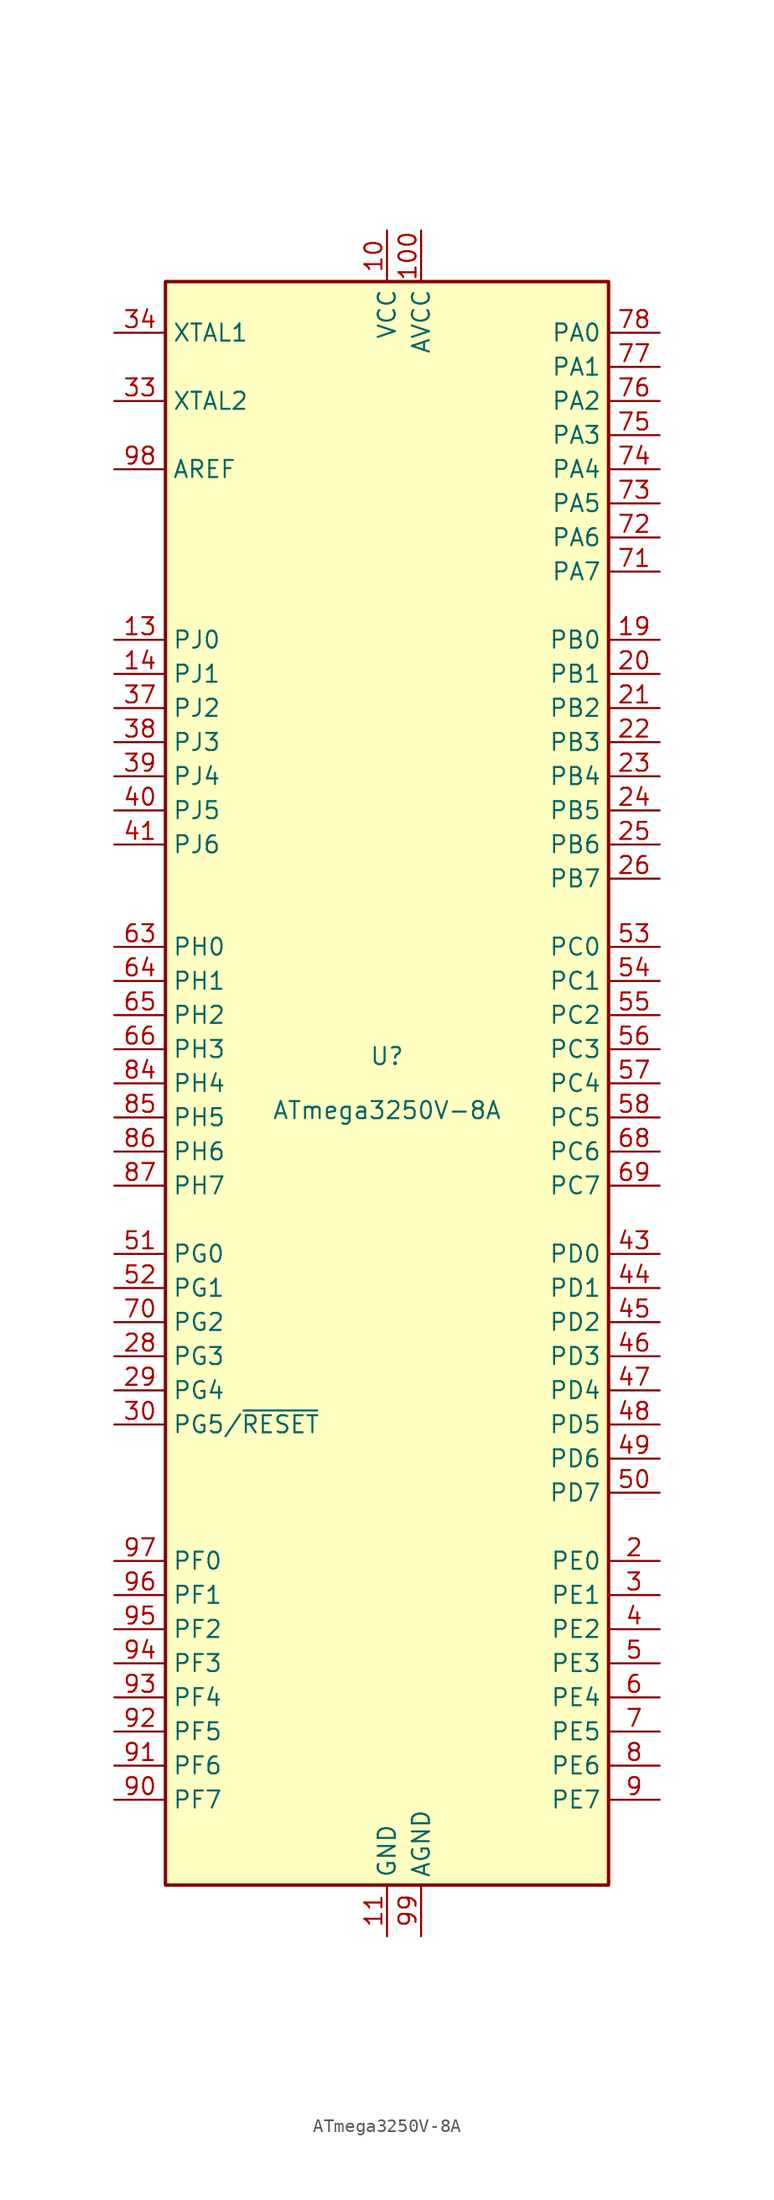
<source format=kicad_sym>
(kicad_symbol_lib
  (version 20201005)
  (generator kicad_symbol_editor)
  (symbol "MCU_Microchip_ATmega:ATmega3250V-8A"
    (property "Reference" "U"
      (at 0 1.27 0)
      (effects (font (size 1.27 1.27)) (justify bottom)))
    (property "Value" "ATmega3250V-8A"
      (at 0 -1.27 0)
      (effects (font (size 1.27 1.27)) (justify top)))
    (symbol "ATmega3250V-8A_0_1"
      (rectangle (start -16.51 -59.69) (end 16.51 59.69) (stroke (width 0.254)) (fill (type background))))
    (symbol "ATmega3250V-8A_1_1"
      (pin no_connect line (at -15.24 40.64 0) (length 2.54) hide (name "NC" (effects (font (size 1.27 1.27)))) (number "1" (effects (font (size 1.27 1.27)))))
      (pin power_in line (at 0 63.5 270) (length 3.81) (name "VCC" (effects (font (size 1.27 1.27)))) (number "10" (effects (font (size 1.27 1.27)))))
      (pin power_in line (at 2.54 63.5 270) (length 3.81) (name "AVCC" (effects (font (size 1.27 1.27)))) (number "100" (effects (font (size 1.27 1.27)))))
      (pin power_in line (at 0 -63.5 90) (length 3.81) (name "GND" (effects (font (size 1.27 1.27)))) (number "11" (effects (font (size 1.27 1.27)))))
      (pin no_connect line (at -15.24 38.1 0) (length 2.54) hide (name "NC" (effects (font (size 1.27 1.27)))) (number "12" (effects (font (size 1.27 1.27)))))
      (pin bidirectional line (at -20.32 33.02 0) (length 3.81) (name "PJ0" (effects (font (size 1.27 1.27)))) (number "13" (effects (font (size 1.27 1.27)))))
      (pin bidirectional line (at -20.32 30.48 0) (length 3.81) (name "PJ1" (effects (font (size 1.27 1.27)))) (number "14" (effects (font (size 1.27 1.27)))))
      (pin no_connect line (at -15.24 35.56 0) (length 2.54) hide (name "NC" (effects (font (size 1.27 1.27)))) (number "15" (effects (font (size 1.27 1.27)))))
      (pin no_connect line (at -15.24 15.24 0) (length 2.54) hide (name "NC" (effects (font (size 1.27 1.27)))) (number "16" (effects (font (size 1.27 1.27)))))
      (pin no_connect line (at -15.24 12.7 0) (length 2.54) hide (name "NC" (effects (font (size 1.27 1.27)))) (number "17" (effects (font (size 1.27 1.27)))))
      (pin no_connect line (at -15.24 -10.16 0) (length 2.54) hide (name "NC" (effects (font (size 1.27 1.27)))) (number "18" (effects (font (size 1.27 1.27)))))
      (pin bidirectional line (at 20.32 33.02 180) (length 3.81) (name "PB0" (effects (font (size 1.27 1.27)))) (number "19" (effects (font (size 1.27 1.27)))))
      (pin bidirectional line (at 20.32 -35.56 180) (length 3.81) (name "PE0" (effects (font (size 1.27 1.27)))) (number "2" (effects (font (size 1.27 1.27)))))
      (pin bidirectional line (at 20.32 30.48 180) (length 3.81) (name "PB1" (effects (font (size 1.27 1.27)))) (number "20" (effects (font (size 1.27 1.27)))))
      (pin bidirectional line (at 20.32 27.94 180) (length 3.81) (name "PB2" (effects (font (size 1.27 1.27)))) (number "21" (effects (font (size 1.27 1.27)))))
      (pin bidirectional line (at 20.32 25.4 180) (length 3.81) (name "PB3" (effects (font (size 1.27 1.27)))) (number "22" (effects (font (size 1.27 1.27)))))
      (pin bidirectional line (at 20.32 22.86 180) (length 3.81) (name "PB4" (effects (font (size 1.27 1.27)))) (number "23" (effects (font (size 1.27 1.27)))))
      (pin bidirectional line (at 20.32 20.32 180) (length 3.81) (name "PB5" (effects (font (size 1.27 1.27)))) (number "24" (effects (font (size 1.27 1.27)))))
      (pin bidirectional line (at 20.32 17.78 180) (length 3.81) (name "PB6" (effects (font (size 1.27 1.27)))) (number "25" (effects (font (size 1.27 1.27)))))
      (pin bidirectional line (at 20.32 15.24 180) (length 3.81) (name "PB7" (effects (font (size 1.27 1.27)))) (number "26" (effects (font (size 1.27 1.27)))))
      (pin no_connect line (at -15.24 -27.94 0) (length 2.54) hide (name "NC" (effects (font (size 1.27 1.27)))) (number "27" (effects (font (size 1.27 1.27)))))
      (pin bidirectional line (at -20.32 -20.32 0) (length 3.81) (name "PG3" (effects (font (size 1.27 1.27)))) (number "28" (effects (font (size 1.27 1.27)))))
      (pin bidirectional line (at -20.32 -22.86 0) (length 3.81) (name "PG4" (effects (font (size 1.27 1.27)))) (number "29" (effects (font (size 1.27 1.27)))))
      (pin bidirectional line (at 20.32 -38.1 180) (length 3.81) (name "PE1" (effects (font (size 1.27 1.27)))) (number "3" (effects (font (size 1.27 1.27)))))
      (pin bidirectional line (at -20.32 -25.4 0) (length 3.81) (name "PG5/~RESET" (effects (font (size 1.27 1.27)))) (number "30" (effects (font (size 1.27 1.27)))))
      (pin passive line (at 0 63.5 270) (length 3.81) hide (name "VCC" (effects (font (size 1.27 1.27)))) (number "31" (effects (font (size 1.27 1.27)))))
      (pin passive line (at 0 -63.5 90) (length 3.81) hide (name "GND" (effects (font (size 1.27 1.27)))) (number "32" (effects (font (size 1.27 1.27)))))
      (pin output line (at -20.32 50.8 0) (length 3.81) (name "XTAL2" (effects (font (size 1.27 1.27)))) (number "33" (effects (font (size 1.27 1.27)))))
      (pin input line (at -20.32 55.88 0) (length 3.81) (name "XTAL1" (effects (font (size 1.27 1.27)))) (number "34" (effects (font (size 1.27 1.27)))))
      (pin no_connect line (at -15.24 -30.48 0) (length 2.54) hide (name "NC" (effects (font (size 1.27 1.27)))) (number "35" (effects (font (size 1.27 1.27)))))
      (pin no_connect line (at -15.24 -33.02 0) (length 2.54) hide (name "NC" (effects (font (size 1.27 1.27)))) (number "36" (effects (font (size 1.27 1.27)))))
      (pin bidirectional line (at -20.32 27.94 0) (length 3.81) (name "PJ2" (effects (font (size 1.27 1.27)))) (number "37" (effects (font (size 1.27 1.27)))))
      (pin bidirectional line (at -20.32 25.4 0) (length 3.81) (name "PJ3" (effects (font (size 1.27 1.27)))) (number "38" (effects (font (size 1.27 1.27)))))
      (pin bidirectional line (at -20.32 22.86 0) (length 3.81) (name "PJ4" (effects (font (size 1.27 1.27)))) (number "39" (effects (font (size 1.27 1.27)))))
      (pin bidirectional line (at 20.32 -40.64 180) (length 3.81) (name "PE2" (effects (font (size 1.27 1.27)))) (number "4" (effects (font (size 1.27 1.27)))))
      (pin bidirectional line (at -20.32 20.32 0) (length 3.81) (name "PJ5" (effects (font (size 1.27 1.27)))) (number "40" (effects (font (size 1.27 1.27)))))
      (pin bidirectional line (at -20.32 17.78 0) (length 3.81) (name "PJ6" (effects (font (size 1.27 1.27)))) (number "41" (effects (font (size 1.27 1.27)))))
      (pin no_connect line (at -15.24 -58.42 90) (length 2.54) hide (name "NC" (effects (font (size 1.27 1.27)))) (number "42" (effects (font (size 1.27 1.27)))))
      (pin bidirectional line (at 20.32 -12.7 180) (length 3.81) (name "PD0" (effects (font (size 1.27 1.27)))) (number "43" (effects (font (size 1.27 1.27)))))
      (pin bidirectional line (at 20.32 -15.24 180) (length 3.81) (name "PD1" (effects (font (size 1.27 1.27)))) (number "44" (effects (font (size 1.27 1.27)))))
      (pin bidirectional line (at 20.32 -17.78 180) (length 3.81) (name "PD2" (effects (font (size 1.27 1.27)))) (number "45" (effects (font (size 1.27 1.27)))))
      (pin bidirectional line (at 20.32 -20.32 180) (length 3.81) (name "PD3" (effects (font (size 1.27 1.27)))) (number "46" (effects (font (size 1.27 1.27)))))
      (pin bidirectional line (at 20.32 -22.86 180) (length 3.81) (name "PD4" (effects (font (size 1.27 1.27)))) (number "47" (effects (font (size 1.27 1.27)))))
      (pin bidirectional line (at 20.32 -25.4 180) (length 3.81) (name "PD5" (effects (font (size 1.27 1.27)))) (number "48" (effects (font (size 1.27 1.27)))))
      (pin bidirectional line (at 20.32 -27.94 180) (length 3.81) (name "PD6" (effects (font (size 1.27 1.27)))) (number "49" (effects (font (size 1.27 1.27)))))
      (pin bidirectional line (at 20.32 -43.18 180) (length 3.81) (name "PE3" (effects (font (size 1.27 1.27)))) (number "5" (effects (font (size 1.27 1.27)))))
      (pin bidirectional line (at 20.32 -30.48 180) (length 3.81) (name "PD7" (effects (font (size 1.27 1.27)))) (number "50" (effects (font (size 1.27 1.27)))))
      (pin bidirectional line (at -20.32 -12.7 0) (length 3.81) (name "PG0" (effects (font (size 1.27 1.27)))) (number "51" (effects (font (size 1.27 1.27)))))
      (pin bidirectional line (at -20.32 -15.24 0) (length 3.81) (name "PG1" (effects (font (size 1.27 1.27)))) (number "52" (effects (font (size 1.27 1.27)))))
      (pin bidirectional line (at 20.32 10.16 180) (length 3.81) (name "PC0" (effects (font (size 1.27 1.27)))) (number "53" (effects (font (size 1.27 1.27)))))
      (pin bidirectional line (at 20.32 7.62 180) (length 3.81) (name "PC1" (effects (font (size 1.27 1.27)))) (number "54" (effects (font (size 1.27 1.27)))))
      (pin bidirectional line (at 20.32 5.08 180) (length 3.81) (name "PC2" (effects (font (size 1.27 1.27)))) (number "55" (effects (font (size 1.27 1.27)))))
      (pin bidirectional line (at 20.32 2.54 180) (length 3.81) (name "PC3" (effects (font (size 1.27 1.27)))) (number "56" (effects (font (size 1.27 1.27)))))
      (pin bidirectional line (at 20.32 0 180) (length 3.81) (name "PC4" (effects (font (size 1.27 1.27)))) (number "57" (effects (font (size 1.27 1.27)))))
      (pin bidirectional line (at 20.32 -2.54 180) (length 3.81) (name "PC5" (effects (font (size 1.27 1.27)))) (number "58" (effects (font (size 1.27 1.27)))))
      (pin no_connect line (at -12.7 -58.42 90) (length 2.54) hide (name "NC" (effects (font (size 1.27 1.27)))) (number "59" (effects (font (size 1.27 1.27)))))
      (pin bidirectional line (at 20.32 -45.72 180) (length 3.81) (name "PE4" (effects (font (size 1.27 1.27)))) (number "6" (effects (font (size 1.27 1.27)))))
      (pin no_connect line (at -10.16 -58.42 90) (length 2.54) hide (name "NC" (effects (font (size 1.27 1.27)))) (number "60" (effects (font (size 1.27 1.27)))))
      (pin no_connect line (at -7.62 -58.42 90) (length 2.54) hide (name "NC" (effects (font (size 1.27 1.27)))) (number "61" (effects (font (size 1.27 1.27)))))
      (pin no_connect line (at -5.08 -58.42 90) (length 2.54) hide (name "NC" (effects (font (size 1.27 1.27)))) (number "62" (effects (font (size 1.27 1.27)))))
      (pin bidirectional line (at -20.32 10.16 0) (length 3.81) (name "PH0" (effects (font (size 1.27 1.27)))) (number "63" (effects (font (size 1.27 1.27)))))
      (pin bidirectional line (at -20.32 7.62 0) (length 3.81) (name "PH1" (effects (font (size 1.27 1.27)))) (number "64" (effects (font (size 1.27 1.27)))))
      (pin bidirectional line (at -20.32 5.08 0) (length 3.81) (name "PH2" (effects (font (size 1.27 1.27)))) (number "65" (effects (font (size 1.27 1.27)))))
      (pin bidirectional line (at -20.32 2.54 0) (length 3.81) (name "PH3" (effects (font (size 1.27 1.27)))) (number "66" (effects (font (size 1.27 1.27)))))
      (pin no_connect line (at -2.54 -58.42 90) (length 2.54) hide (name "NC" (effects (font (size 1.27 1.27)))) (number "67" (effects (font (size 1.27 1.27)))))
      (pin bidirectional line (at 20.32 -5.08 180) (length 3.81) (name "PC6" (effects (font (size 1.27 1.27)))) (number "68" (effects (font (size 1.27 1.27)))))
      (pin bidirectional line (at 20.32 -7.62 180) (length 3.81) (name "PC7" (effects (font (size 1.27 1.27)))) (number "69" (effects (font (size 1.27 1.27)))))
      (pin bidirectional line (at 20.32 -48.26 180) (length 3.81) (name "PE5" (effects (font (size 1.27 1.27)))) (number "7" (effects (font (size 1.27 1.27)))))
      (pin bidirectional line (at -20.32 -17.78 0) (length 3.81) (name "PG2" (effects (font (size 1.27 1.27)))) (number "70" (effects (font (size 1.27 1.27)))))
      (pin bidirectional line (at 20.32 38.1 180) (length 3.81) (name "PA7" (effects (font (size 1.27 1.27)))) (number "71" (effects (font (size 1.27 1.27)))))
      (pin bidirectional line (at 20.32 40.64 180) (length 3.81) (name "PA6" (effects (font (size 1.27 1.27)))) (number "72" (effects (font (size 1.27 1.27)))))
      (pin bidirectional line (at 20.32 43.18 180) (length 3.81) (name "PA5" (effects (font (size 1.27 1.27)))) (number "73" (effects (font (size 1.27 1.27)))))
      (pin bidirectional line (at 20.32 45.72 180) (length 3.81) (name "PA4" (effects (font (size 1.27 1.27)))) (number "74" (effects (font (size 1.27 1.27)))))
      (pin bidirectional line (at 20.32 48.26 180) (length 3.81) (name "PA3" (effects (font (size 1.27 1.27)))) (number "75" (effects (font (size 1.27 1.27)))))
      (pin bidirectional line (at 20.32 50.8 180) (length 3.81) (name "PA2" (effects (font (size 1.27 1.27)))) (number "76" (effects (font (size 1.27 1.27)))))
      (pin bidirectional line (at 20.32 53.34 180) (length 3.81) (name "PA1" (effects (font (size 1.27 1.27)))) (number "77" (effects (font (size 1.27 1.27)))))
      (pin bidirectional line (at 20.32 55.88 180) (length 3.81) (name "PA0" (effects (font (size 1.27 1.27)))) (number "78" (effects (font (size 1.27 1.27)))))
      (pin no_connect line (at 5.08 -58.42 90) (length 2.54) hide (name "NC" (effects (font (size 1.27 1.27)))) (number "79" (effects (font (size 1.27 1.27)))))
      (pin bidirectional line (at 20.32 -50.8 180) (length 3.81) (name "PE6" (effects (font (size 1.27 1.27)))) (number "8" (effects (font (size 1.27 1.27)))))
      (pin passive line (at 0 63.5 270) (length 3.81) hide (name "VCC" (effects (font (size 1.27 1.27)))) (number "80" (effects (font (size 1.27 1.27)))))
      (pin passive line (at 0 -63.5 90) (length 3.81) hide (name "GND" (effects (font (size 1.27 1.27)))) (number "81" (effects (font (size 1.27 1.27)))))
      (pin no_connect line (at 7.62 -58.42 90) (length 2.54) hide (name "NC" (effects (font (size 1.27 1.27)))) (number "82" (effects (font (size 1.27 1.27)))))
      (pin no_connect line (at 10.16 -58.42 90) (length 2.54) hide (name "NC" (effects (font (size 1.27 1.27)))) (number "83" (effects (font (size 1.27 1.27)))))
      (pin bidirectional line (at -20.32 0 0) (length 3.81) (name "PH4" (effects (font (size 1.27 1.27)))) (number "84" (effects (font (size 1.27 1.27)))))
      (pin bidirectional line (at -20.32 -2.54 0) (length 3.81) (name "PH5" (effects (font (size 1.27 1.27)))) (number "85" (effects (font (size 1.27 1.27)))))
      (pin bidirectional line (at -20.32 -5.08 0) (length 3.81) (name "PH6" (effects (font (size 1.27 1.27)))) (number "86" (effects (font (size 1.27 1.27)))))
      (pin bidirectional line (at -20.32 -7.62 0) (length 3.81) (name "PH7" (effects (font (size 1.27 1.27)))) (number "87" (effects (font (size 1.27 1.27)))))
      (pin no_connect line (at 12.7 -58.42 90) (length 2.54) hide (name "NC" (effects (font (size 1.27 1.27)))) (number "88" (effects (font (size 1.27 1.27)))))
      (pin no_connect line (at 15.24 -58.42 90) (length 2.54) hide (name "NC" (effects (font (size 1.27 1.27)))) (number "89" (effects (font (size 1.27 1.27)))))
      (pin bidirectional line (at 20.32 -53.34 180) (length 3.81) (name "PE7" (effects (font (size 1.27 1.27)))) (number "9" (effects (font (size 1.27 1.27)))))
      (pin bidirectional line (at -20.32 -53.34 0) (length 3.81) (name "PF7" (effects (font (size 1.27 1.27)))) (number "90" (effects (font (size 1.27 1.27)))))
      (pin bidirectional line (at -20.32 -50.8 0) (length 3.81) (name "PF6" (effects (font (size 1.27 1.27)))) (number "91" (effects (font (size 1.27 1.27)))))
      (pin bidirectional line (at -20.32 -48.26 0) (length 3.81) (name "PF5" (effects (font (size 1.27 1.27)))) (number "92" (effects (font (size 1.27 1.27)))))
      (pin bidirectional line (at -20.32 -45.72 0) (length 3.81) (name "PF4" (effects (font (size 1.27 1.27)))) (number "93" (effects (font (size 1.27 1.27)))))
      (pin bidirectional line (at -20.32 -43.18 0) (length 3.81) (name "PF3" (effects (font (size 1.27 1.27)))) (number "94" (effects (font (size 1.27 1.27)))))
      (pin bidirectional line (at -20.32 -40.64 0) (length 3.81) (name "PF2" (effects (font (size 1.27 1.27)))) (number "95" (effects (font (size 1.27 1.27)))))
      (pin bidirectional line (at -20.32 -38.1 0) (length 3.81) (name "PF1" (effects (font (size 1.27 1.27)))) (number "96" (effects (font (size 1.27 1.27)))))
      (pin bidirectional line (at -20.32 -35.56 0) (length 3.81) (name "PF0" (effects (font (size 1.27 1.27)))) (number "97" (effects (font (size 1.27 1.27)))))
      (pin passive line (at -20.32 45.72 0) (length 3.81) (name "AREF" (effects (font (size 1.27 1.27)))) (number "98" (effects (font (size 1.27 1.27)))))
      (pin power_in line (at 2.54 -63.5 90) (length 3.81) (name "AGND" (effects (font (size 1.27 1.27)))) (number "99" (effects (font (size 1.27 1.27))))))))
</source>
